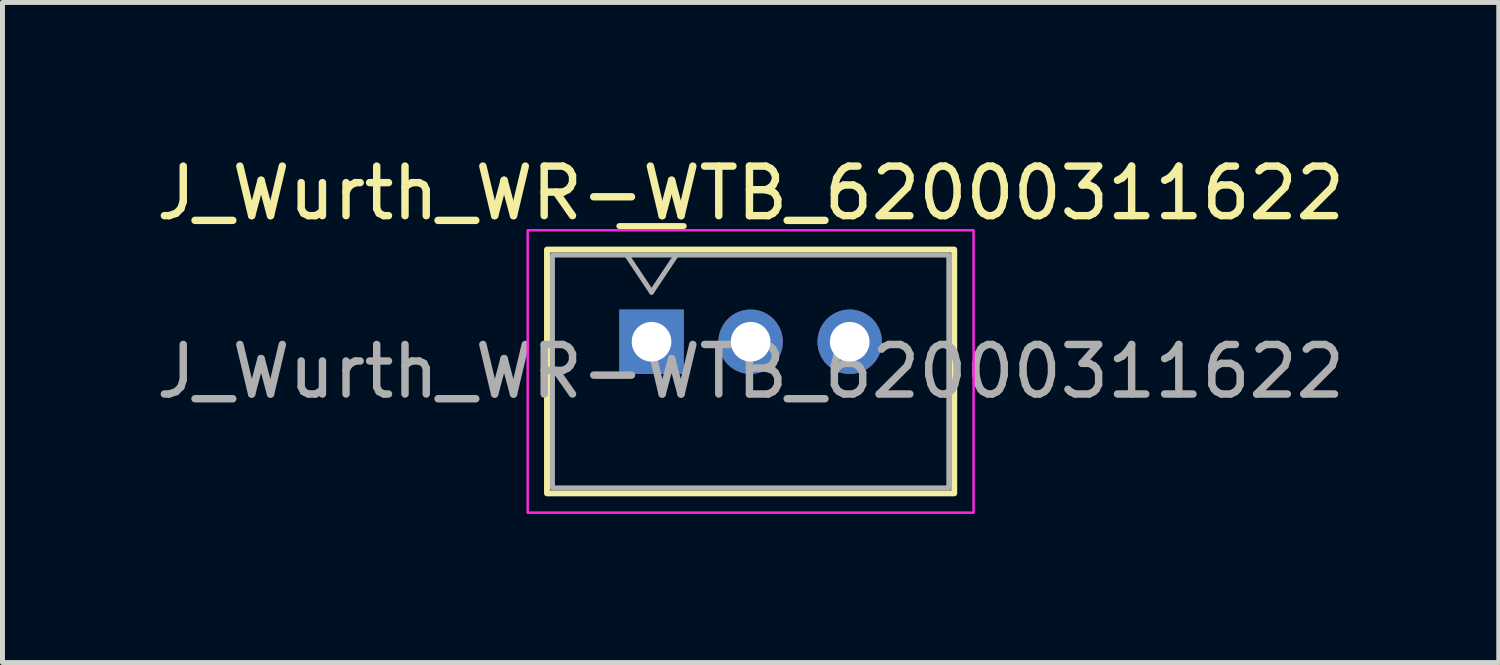
<source format=kicad_pcb>
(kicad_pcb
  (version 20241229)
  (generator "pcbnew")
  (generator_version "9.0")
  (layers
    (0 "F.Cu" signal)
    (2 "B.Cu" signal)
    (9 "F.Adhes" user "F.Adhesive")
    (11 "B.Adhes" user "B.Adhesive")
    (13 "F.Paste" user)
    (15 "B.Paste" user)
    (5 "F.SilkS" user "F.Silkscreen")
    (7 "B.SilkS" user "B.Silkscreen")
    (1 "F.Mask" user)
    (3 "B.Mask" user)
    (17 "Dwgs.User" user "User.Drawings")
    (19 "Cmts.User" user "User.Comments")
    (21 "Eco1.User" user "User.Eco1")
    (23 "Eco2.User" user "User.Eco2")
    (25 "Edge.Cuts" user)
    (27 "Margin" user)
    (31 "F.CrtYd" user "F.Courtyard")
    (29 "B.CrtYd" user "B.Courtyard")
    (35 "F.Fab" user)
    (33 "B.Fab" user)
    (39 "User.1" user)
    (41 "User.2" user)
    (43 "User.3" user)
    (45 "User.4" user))
  (footprint "J_Wurth_WR-WTB_62000311622"
    (layer "F.Cu")
    (at 10.101 3.848)
    (property "Reference" "J_Wurth_WR-WTB_62000311622" (at 2 -3 0) (unlocked yes) (layer "F.SilkS") (effects (font (size 1 1) (thickness 0.15))))
    (attr through_hole)
    (fp_line (start 0.65 -2.335) (end -0.65 -2.335) (stroke (width 0.12) (type solid)) (layer "F.SilkS"))
    (fp_rect (start -2.11 -1.86) (end 6.11 3.06) (stroke (width 0.12) (type solid)) (fill no) (layer "F.SilkS"))
    (fp_rect (start -2.5 -2.25) (end 6.5 3.45) (stroke (width 0.05) (type solid)) (fill no) (layer "F.CrtYd"))
    (fp_line (start 0 -1) (end -0.5 -1.75) (stroke (width 0.1) (type solid)) (layer "F.Fab"))
    (fp_line (start 0 -1) (end 0.5 -1.75) (stroke (width 0.1) (type solid)) (layer "F.Fab"))
    (fp_rect (start -2 -1.75) (end 6 2.95) (stroke (width 0.1) (type solid)) (fill no) (layer "F.Fab"))
    (fp_text user "${REFERENCE}" (at 2 0.6 0) (unlocked yes) (layer "F.Fab") (effects (font (size 1 1) (thickness 0.15))))
    (pad "1" thru_hole rect (at 0 0 180) (size 1.3 1.3) (drill 0.8) (layers "*.Cu" "*.Mask"))
    (pad "2" thru_hole circle (at 2 0 180) (size 1.3 1.3) (drill 0.8) (layers "*.Cu" "*.Mask"))
    (pad "3" thru_hole circle (at 4 0 180) (size 1.3 1.3) (drill 0.8) (layers "*.Cu" "*.Mask")))
  (gr_rect
    (start -3 -3)
    (end 27.202 10.323)
    (stroke (width 0.1) (type default))
    (fill no)
    (layer "Edge.Cuts")))
</source>
